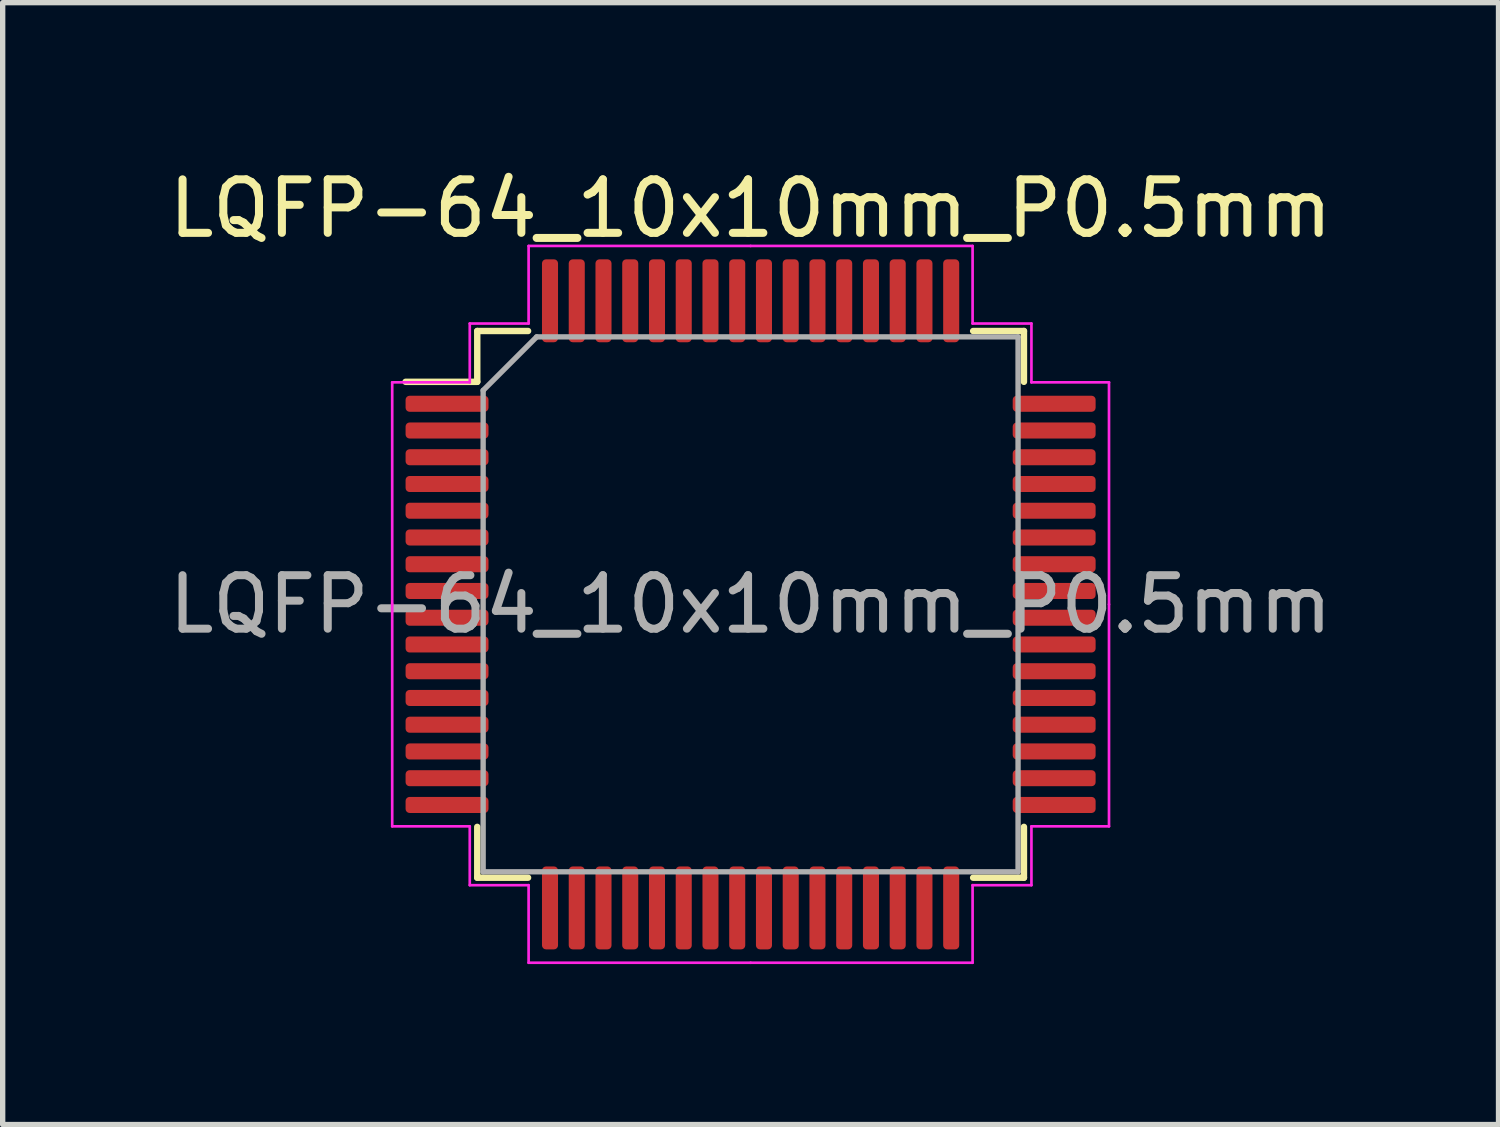
<source format=kicad_pcb>
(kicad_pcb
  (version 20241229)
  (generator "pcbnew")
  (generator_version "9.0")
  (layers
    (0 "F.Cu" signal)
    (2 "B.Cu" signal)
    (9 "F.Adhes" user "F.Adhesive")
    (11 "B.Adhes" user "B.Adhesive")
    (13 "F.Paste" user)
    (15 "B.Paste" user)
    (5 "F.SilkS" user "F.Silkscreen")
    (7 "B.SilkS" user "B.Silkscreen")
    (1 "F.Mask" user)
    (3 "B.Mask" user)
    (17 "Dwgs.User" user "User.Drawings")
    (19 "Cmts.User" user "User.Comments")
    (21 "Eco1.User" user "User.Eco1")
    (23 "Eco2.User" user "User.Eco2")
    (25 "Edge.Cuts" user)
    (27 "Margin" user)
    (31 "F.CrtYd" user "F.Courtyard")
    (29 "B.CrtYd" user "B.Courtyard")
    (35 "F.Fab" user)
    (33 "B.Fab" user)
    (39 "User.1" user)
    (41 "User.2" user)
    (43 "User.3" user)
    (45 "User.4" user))
  (footprint "LQFP-64_10x10mm_P0.5mm"
    (layer "F.Cu")
    (at 10.982 8.248)
    (property "Reference" "LQFP-64_10x10mm_P0.5mm" (at 0 -7.4 180) (layer "F.SilkS") (effects (font (size 1 1) (thickness 0.15))))
    (attr smd)
    (fp_line (start -5.11 -5.11) (end -5.11 -4.16) (stroke (width 0.12) (type solid)) (layer "F.SilkS"))
    (fp_line (start -5.11 -4.16) (end -6.45 -4.16) (stroke (width 0.12) (type solid)) (layer "F.SilkS"))
    (fp_line (start -5.11 5.11) (end -5.11 4.16) (stroke (width 0.12) (type solid)) (layer "F.SilkS"))
    (fp_line (start -4.16 -5.11) (end -5.11 -5.11) (stroke (width 0.12) (type solid)) (layer "F.SilkS"))
    (fp_line (start -4.16 5.11) (end -5.11 5.11) (stroke (width 0.12) (type solid)) (layer "F.SilkS"))
    (fp_line (start 4.16 -5.11) (end 5.11 -5.11) (stroke (width 0.12) (type solid)) (layer "F.SilkS"))
    (fp_line (start 4.16 5.11) (end 5.11 5.11) (stroke (width 0.12) (type solid)) (layer "F.SilkS"))
    (fp_line (start 5.11 -5.11) (end 5.11 -4.16) (stroke (width 0.12) (type solid)) (layer "F.SilkS"))
    (fp_line (start 5.11 5.11) (end 5.11 4.16) (stroke (width 0.12) (type solid)) (layer "F.SilkS"))
    (fp_line (start -6.7 -4.15) (end -6.7 0) (stroke (width 0.05) (type solid)) (layer "F.CrtYd"))
    (fp_line (start -6.7 4.15) (end -6.7 0) (stroke (width 0.05) (type solid)) (layer "F.CrtYd"))
    (fp_line (start -5.25 -5.25) (end -5.25 -4.15) (stroke (width 0.05) (type solid)) (layer "F.CrtYd"))
    (fp_line (start -5.25 -4.15) (end -6.7 -4.15) (stroke (width 0.05) (type solid)) (layer "F.CrtYd"))
    (fp_line (start -5.25 4.15) (end -6.7 4.15) (stroke (width 0.05) (type solid)) (layer "F.CrtYd"))
    (fp_line (start -5.25 5.25) (end -5.25 4.15) (stroke (width 0.05) (type solid)) (layer "F.CrtYd"))
    (fp_line (start -4.15 -6.7) (end -4.15 -5.25) (stroke (width 0.05) (type solid)) (layer "F.CrtYd"))
    (fp_line (start -4.15 -5.25) (end -5.25 -5.25) (stroke (width 0.05) (type solid)) (layer "F.CrtYd"))
    (fp_line (start -4.15 5.25) (end -5.25 5.25) (stroke (width 0.05) (type solid)) (layer "F.CrtYd"))
    (fp_line (start -4.15 6.7) (end -4.15 5.25) (stroke (width 0.05) (type solid)) (layer "F.CrtYd"))
    (fp_line (start 0 -6.7) (end -4.15 -6.7) (stroke (width 0.05) (type solid)) (layer "F.CrtYd"))
    (fp_line (start 0 -6.7) (end 4.15 -6.7) (stroke (width 0.05) (type solid)) (layer "F.CrtYd"))
    (fp_line (start 0 6.7) (end -4.15 6.7) (stroke (width 0.05) (type solid)) (layer "F.CrtYd"))
    (fp_line (start 0 6.7) (end 4.15 6.7) (stroke (width 0.05) (type solid)) (layer "F.CrtYd"))
    (fp_line (start 4.15 -6.7) (end 4.15 -5.25) (stroke (width 0.05) (type solid)) (layer "F.CrtYd"))
    (fp_line (start 4.15 -5.25) (end 5.25 -5.25) (stroke (width 0.05) (type solid)) (layer "F.CrtYd"))
    (fp_line (start 4.15 5.25) (end 5.25 5.25) (stroke (width 0.05) (type solid)) (layer "F.CrtYd"))
    (fp_line (start 4.15 6.7) (end 4.15 5.25) (stroke (width 0.05) (type solid)) (layer "F.CrtYd"))
    (fp_line (start 5.25 -5.25) (end 5.25 -4.15) (stroke (width 0.05) (type solid)) (layer "F.CrtYd"))
    (fp_line (start 5.25 -4.15) (end 6.7 -4.15) (stroke (width 0.05) (type solid)) (layer "F.CrtYd"))
    (fp_line (start 5.25 4.15) (end 6.7 4.15) (stroke (width 0.05) (type solid)) (layer "F.CrtYd"))
    (fp_line (start 5.25 5.25) (end 5.25 4.15) (stroke (width 0.05) (type solid)) (layer "F.CrtYd"))
    (fp_line (start 6.7 -4.15) (end 6.7 0) (stroke (width 0.05) (type solid)) (layer "F.CrtYd"))
    (fp_line (start 6.7 4.15) (end 6.7 0) (stroke (width 0.05) (type solid)) (layer "F.CrtYd"))
    (fp_line (start -5 -4) (end -4 -5) (stroke (width 0.1) (type solid)) (layer "F.Fab"))
    (fp_line (start -5 5) (end -5 -4) (stroke (width 0.1) (type solid)) (layer "F.Fab"))
    (fp_line (start -4 -5) (end 5 -5) (stroke (width 0.1) (type solid)) (layer "F.Fab"))
    (fp_line (start 5 -5) (end 5 5) (stroke (width 0.1) (type solid)) (layer "F.Fab"))
    (fp_line (start 5 5) (end -5 5) (stroke (width 0.1) (type solid)) (layer "F.Fab"))
    (fp_text user "${REFERENCE}" (at 0 0 180) (layer "F.Fab") (effects (font (size 1 1) (thickness 0.15))))
    (pad "1" smd roundrect (at -5.675 -3.75) (size 1.55 0.3) (layers "F.Cu" "F.Mask" "F.Paste") (roundrect_rratio 0.25))
    (pad "2" smd roundrect (at -5.675 -3.25) (size 1.55 0.3) (layers "F.Cu" "F.Mask" "F.Paste") (roundrect_rratio 0.25))
    (pad "3" smd roundrect (at -5.675 -2.75) (size 1.55 0.3) (layers "F.Cu" "F.Mask" "F.Paste") (roundrect_rratio 0.25))
    (pad "4" smd roundrect (at -5.675 -2.25) (size 1.55 0.3) (layers "F.Cu" "F.Mask" "F.Paste") (roundrect_rratio 0.25))
    (pad "5" smd roundrect (at -5.675 -1.75) (size 1.55 0.3) (layers "F.Cu" "F.Mask" "F.Paste") (roundrect_rratio 0.25))
    (pad "6" smd roundrect (at -5.675 -1.25) (size 1.55 0.3) (layers "F.Cu" "F.Mask" "F.Paste") (roundrect_rratio 0.25))
    (pad "7" smd roundrect (at -5.675 -0.75) (size 1.55 0.3) (layers "F.Cu" "F.Mask" "F.Paste") (roundrect_rratio 0.25))
    (pad "8" smd roundrect (at -5.675 -0.25) (size 1.55 0.3) (layers "F.Cu" "F.Mask" "F.Paste") (roundrect_rratio 0.25))
    (pad "9" smd roundrect (at -5.675 0.25) (size 1.55 0.3) (layers "F.Cu" "F.Mask" "F.Paste") (roundrect_rratio 0.25))
    (pad "10" smd roundrect (at -5.675 0.75) (size 1.55 0.3) (layers "F.Cu" "F.Mask" "F.Paste") (roundrect_rratio 0.25))
    (pad "11" smd roundrect (at -5.675 1.25) (size 1.55 0.3) (layers "F.Cu" "F.Mask" "F.Paste") (roundrect_rratio 0.25))
    (pad "12" smd roundrect (at -5.675 1.75) (size 1.55 0.3) (layers "F.Cu" "F.Mask" "F.Paste") (roundrect_rratio 0.25))
    (pad "13" smd roundrect (at -5.675 2.25) (size 1.55 0.3) (layers "F.Cu" "F.Mask" "F.Paste") (roundrect_rratio 0.25))
    (pad "14" smd roundrect (at -5.675 2.75) (size 1.55 0.3) (layers "F.Cu" "F.Mask" "F.Paste") (roundrect_rratio 0.25))
    (pad "15" smd roundrect (at -5.675 3.25) (size 1.55 0.3) (layers "F.Cu" "F.Mask" "F.Paste") (roundrect_rratio 0.25))
    (pad "16" smd roundrect (at -5.675 3.75) (size 1.55 0.3) (layers "F.Cu" "F.Mask" "F.Paste") (roundrect_rratio 0.25))
    (pad "17" smd roundrect (at -3.75 5.675) (size 0.3 1.55) (layers "F.Cu" "F.Mask" "F.Paste") (roundrect_rratio 0.25))
    (pad "18" smd roundrect (at -3.25 5.675) (size 0.3 1.55) (layers "F.Cu" "F.Mask" "F.Paste") (roundrect_rratio 0.25))
    (pad "19" smd roundrect (at -2.75 5.675) (size 0.3 1.55) (layers "F.Cu" "F.Mask" "F.Paste") (roundrect_rratio 0.25))
    (pad "20" smd roundrect (at -2.25 5.675) (size 0.3 1.55) (layers "F.Cu" "F.Mask" "F.Paste") (roundrect_rratio 0.25))
    (pad "21" smd roundrect (at -1.75 5.675) (size 0.3 1.55) (layers "F.Cu" "F.Mask" "F.Paste") (roundrect_rratio 0.25))
    (pad "22" smd roundrect (at -1.25 5.675) (size 0.3 1.55) (layers "F.Cu" "F.Mask" "F.Paste") (roundrect_rratio 0.25))
    (pad "23" smd roundrect (at -0.75 5.675) (size 0.3 1.55) (layers "F.Cu" "F.Mask" "F.Paste") (roundrect_rratio 0.25))
    (pad "24" smd roundrect (at -0.25 5.675) (size 0.3 1.55) (layers "F.Cu" "F.Mask" "F.Paste") (roundrect_rratio 0.25))
    (pad "25" smd roundrect (at 0.25 5.675) (size 0.3 1.55) (layers "F.Cu" "F.Mask" "F.Paste") (roundrect_rratio 0.25))
    (pad "26" smd roundrect (at 0.75 5.675) (size 0.3 1.55) (layers "F.Cu" "F.Mask" "F.Paste") (roundrect_rratio 0.25))
    (pad "27" smd roundrect (at 1.25 5.675) (size 0.3 1.55) (layers "F.Cu" "F.Mask" "F.Paste") (roundrect_rratio 0.25))
    (pad "28" smd roundrect (at 1.75 5.675) (size 0.3 1.55) (layers "F.Cu" "F.Mask" "F.Paste") (roundrect_rratio 0.25))
    (pad "29" smd roundrect (at 2.25 5.675) (size 0.3 1.55) (layers "F.Cu" "F.Mask" "F.Paste") (roundrect_rratio 0.25))
    (pad "30" smd roundrect (at 2.75 5.675) (size 0.3 1.55) (layers "F.Cu" "F.Mask" "F.Paste") (roundrect_rratio 0.25))
    (pad "31" smd roundrect (at 3.25 5.675) (size 0.3 1.55) (layers "F.Cu" "F.Mask" "F.Paste") (roundrect_rratio 0.25))
    (pad "32" smd roundrect (at 3.75 5.675) (size 0.3 1.55) (layers "F.Cu" "F.Mask" "F.Paste") (roundrect_rratio 0.25))
    (pad "33" smd roundrect (at 5.675 3.75) (size 1.55 0.3) (layers "F.Cu" "F.Mask" "F.Paste") (roundrect_rratio 0.25))
    (pad "34" smd roundrect (at 5.675 3.25) (size 1.55 0.3) (layers "F.Cu" "F.Mask" "F.Paste") (roundrect_rratio 0.25))
    (pad "35" smd roundrect (at 5.675 2.75) (size 1.55 0.3) (layers "F.Cu" "F.Mask" "F.Paste") (roundrect_rratio 0.25))
    (pad "36" smd roundrect (at 5.675 2.25) (size 1.55 0.3) (layers "F.Cu" "F.Mask" "F.Paste") (roundrect_rratio 0.25))
    (pad "37" smd roundrect (at 5.675 1.75) (size 1.55 0.3) (layers "F.Cu" "F.Mask" "F.Paste") (roundrect_rratio 0.25))
    (pad "38" smd roundrect (at 5.675 1.25) (size 1.55 0.3) (layers "F.Cu" "F.Mask" "F.Paste") (roundrect_rratio 0.25))
    (pad "39" smd roundrect (at 5.675 0.75) (size 1.55 0.3) (layers "F.Cu" "F.Mask" "F.Paste") (roundrect_rratio 0.25))
    (pad "40" smd roundrect (at 5.675 0.25) (size 1.55 0.3) (layers "F.Cu" "F.Mask" "F.Paste") (roundrect_rratio 0.25))
    (pad "41" smd roundrect (at 5.675 -0.25) (size 1.55 0.3) (layers "F.Cu" "F.Mask" "F.Paste") (roundrect_rratio 0.25))
    (pad "42" smd roundrect (at 5.675 -0.75) (size 1.55 0.3) (layers "F.Cu" "F.Mask" "F.Paste") (roundrect_rratio 0.25))
    (pad "43" smd roundrect (at 5.675 -1.25) (size 1.55 0.3) (layers "F.Cu" "F.Mask" "F.Paste") (roundrect_rratio 0.25))
    (pad "44" smd roundrect (at 5.675 -1.75) (size 1.55 0.3) (layers "F.Cu" "F.Mask" "F.Paste") (roundrect_rratio 0.25))
    (pad "45" smd roundrect (at 5.675 -2.25) (size 1.55 0.3) (layers "F.Cu" "F.Mask" "F.Paste") (roundrect_rratio 0.25))
    (pad "46" smd roundrect (at 5.675 -2.75) (size 1.55 0.3) (layers "F.Cu" "F.Mask" "F.Paste") (roundrect_rratio 0.25))
    (pad "47" smd roundrect (at 5.675 -3.25) (size 1.55 0.3) (layers "F.Cu" "F.Mask" "F.Paste") (roundrect_rratio 0.25))
    (pad "48" smd roundrect (at 5.675 -3.75) (size 1.55 0.3) (layers "F.Cu" "F.Mask" "F.Paste") (roundrect_rratio 0.25))
    (pad "49" smd roundrect (at 3.75 -5.675) (size 0.3 1.55) (layers "F.Cu" "F.Mask" "F.Paste") (roundrect_rratio 0.25))
    (pad "50" smd roundrect (at 3.25 -5.675) (size 0.3 1.55) (layers "F.Cu" "F.Mask" "F.Paste") (roundrect_rratio 0.25))
    (pad "51" smd roundrect (at 2.75 -5.675) (size 0.3 1.55) (layers "F.Cu" "F.Mask" "F.Paste") (roundrect_rratio 0.25))
    (pad "52" smd roundrect (at 2.25 -5.675) (size 0.3 1.55) (layers "F.Cu" "F.Mask" "F.Paste") (roundrect_rratio 0.25))
    (pad "53" smd roundrect (at 1.75 -5.675) (size 0.3 1.55) (layers "F.Cu" "F.Mask" "F.Paste") (roundrect_rratio 0.25))
    (pad "54" smd roundrect (at 1.25 -5.675) (size 0.3 1.55) (layers "F.Cu" "F.Mask" "F.Paste") (roundrect_rratio 0.25))
    (pad "55" smd roundrect (at 0.75 -5.675) (size 0.3 1.55) (layers "F.Cu" "F.Mask" "F.Paste") (roundrect_rratio 0.25))
    (pad "56" smd roundrect (at 0.25 -5.675) (size 0.3 1.55) (layers "F.Cu" "F.Mask" "F.Paste") (roundrect_rratio 0.25))
    (pad "57" smd roundrect (at -0.25 -5.675) (size 0.3 1.55) (layers "F.Cu" "F.Mask" "F.Paste") (roundrect_rratio 0.25))
    (pad "58" smd roundrect (at -0.75 -5.675) (size 0.3 1.55) (layers "F.Cu" "F.Mask" "F.Paste") (roundrect_rratio 0.25))
    (pad "59" smd roundrect (at -1.25 -5.675) (size 0.3 1.55) (layers "F.Cu" "F.Mask" "F.Paste") (roundrect_rratio 0.25))
    (pad "60" smd roundrect (at -1.75 -5.675) (size 0.3 1.55) (layers "F.Cu" "F.Mask" "F.Paste") (roundrect_rratio 0.25))
    (pad "61" smd roundrect (at -2.25 -5.675) (size 0.3 1.55) (layers "F.Cu" "F.Mask" "F.Paste") (roundrect_rratio 0.25))
    (pad "62" smd roundrect (at -2.75 -5.675) (size 0.3 1.55) (layers "F.Cu" "F.Mask" "F.Paste") (roundrect_rratio 0.25))
    (pad "63" smd roundrect (at -3.25 -5.675) (size 0.3 1.55) (layers "F.Cu" "F.Mask" "F.Paste") (roundrect_rratio 0.25))
    (pad "64" smd roundrect (at -3.75 -5.675) (size 0.3 1.55) (layers "F.Cu" "F.Mask" "F.Paste") (roundrect_rratio 0.25)))
  (gr_rect
    (start -3 -3)
    (end 24.964 17.973)
    (stroke (width 0.1) (type default))
    (fill no)
    (layer "Edge.Cuts")))
</source>
